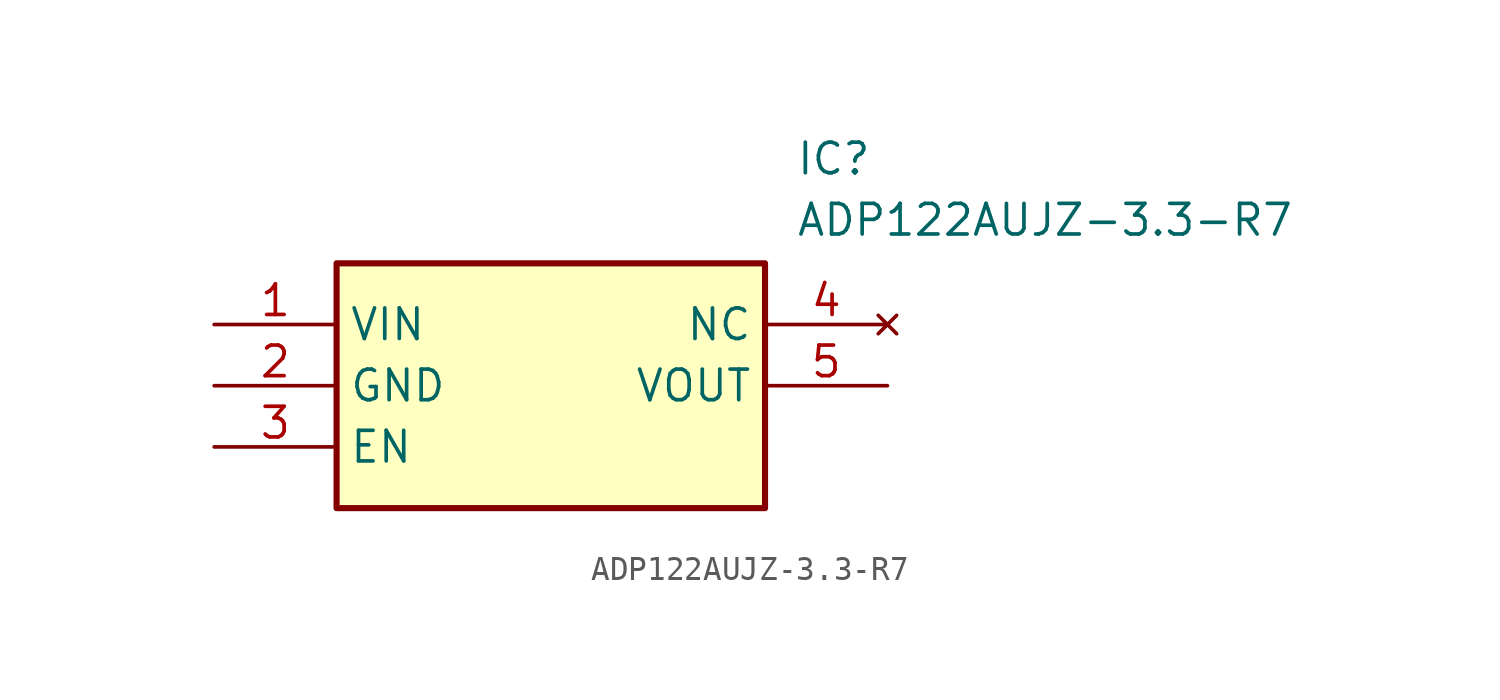
<source format=kicad_sym>
(kicad_symbol_lib
  (version 20211014)
  (generator SamacSys_ECAD_Model)
  (symbol "ADP122AUJZ-3.3-R7"
    (property "Reference" "IC"
      (at 24.13 7.62 0)
      (effects (font (size 1.27 1.27)) (justify left top)))
    (property "Value" "ADP122AUJZ-3.3-R7"
      (at 24.13 5.08 0)
      (effects (font (size 1.27 1.27)) (justify left top)))
    (rectangle
      (start 5.08 2.54)
      (end 22.86 -7.62)
      (stroke (width 0.254) (type default))
      (fill (type background)))
    (pin passive line
      (at 0 0 0)
      (length 5.08)
      (name "VIN" (effects (font (size 1.27 1.27))))
      (number "1" (effects (font (size 1.27 1.27)))))
    (pin passive line
      (at 0 -2.54 0)
      (length 5.08)
      (name "GND" (effects (font (size 1.27 1.27))))
      (number "2" (effects (font (size 1.27 1.27)))))
    (pin passive line
      (at 0 -5.08 0)
      (length 5.08)
      (name "EN" (effects (font (size 1.27 1.27))))
      (number "3" (effects (font (size 1.27 1.27)))))
    (pin no_connect line
      (at 27.94 0 180)
      (length 5.08)
      (name "NC" (effects (font (size 1.27 1.27))))
      (number "4" (effects (font (size 1.27 1.27)))))
    (pin passive line
      (at 27.94 -2.54 180)
      (length 5.08)
      (name "VOUT" (effects (font (size 1.27 1.27))))
      (number "5" (effects (font (size 1.27 1.27)))))))
</source>
